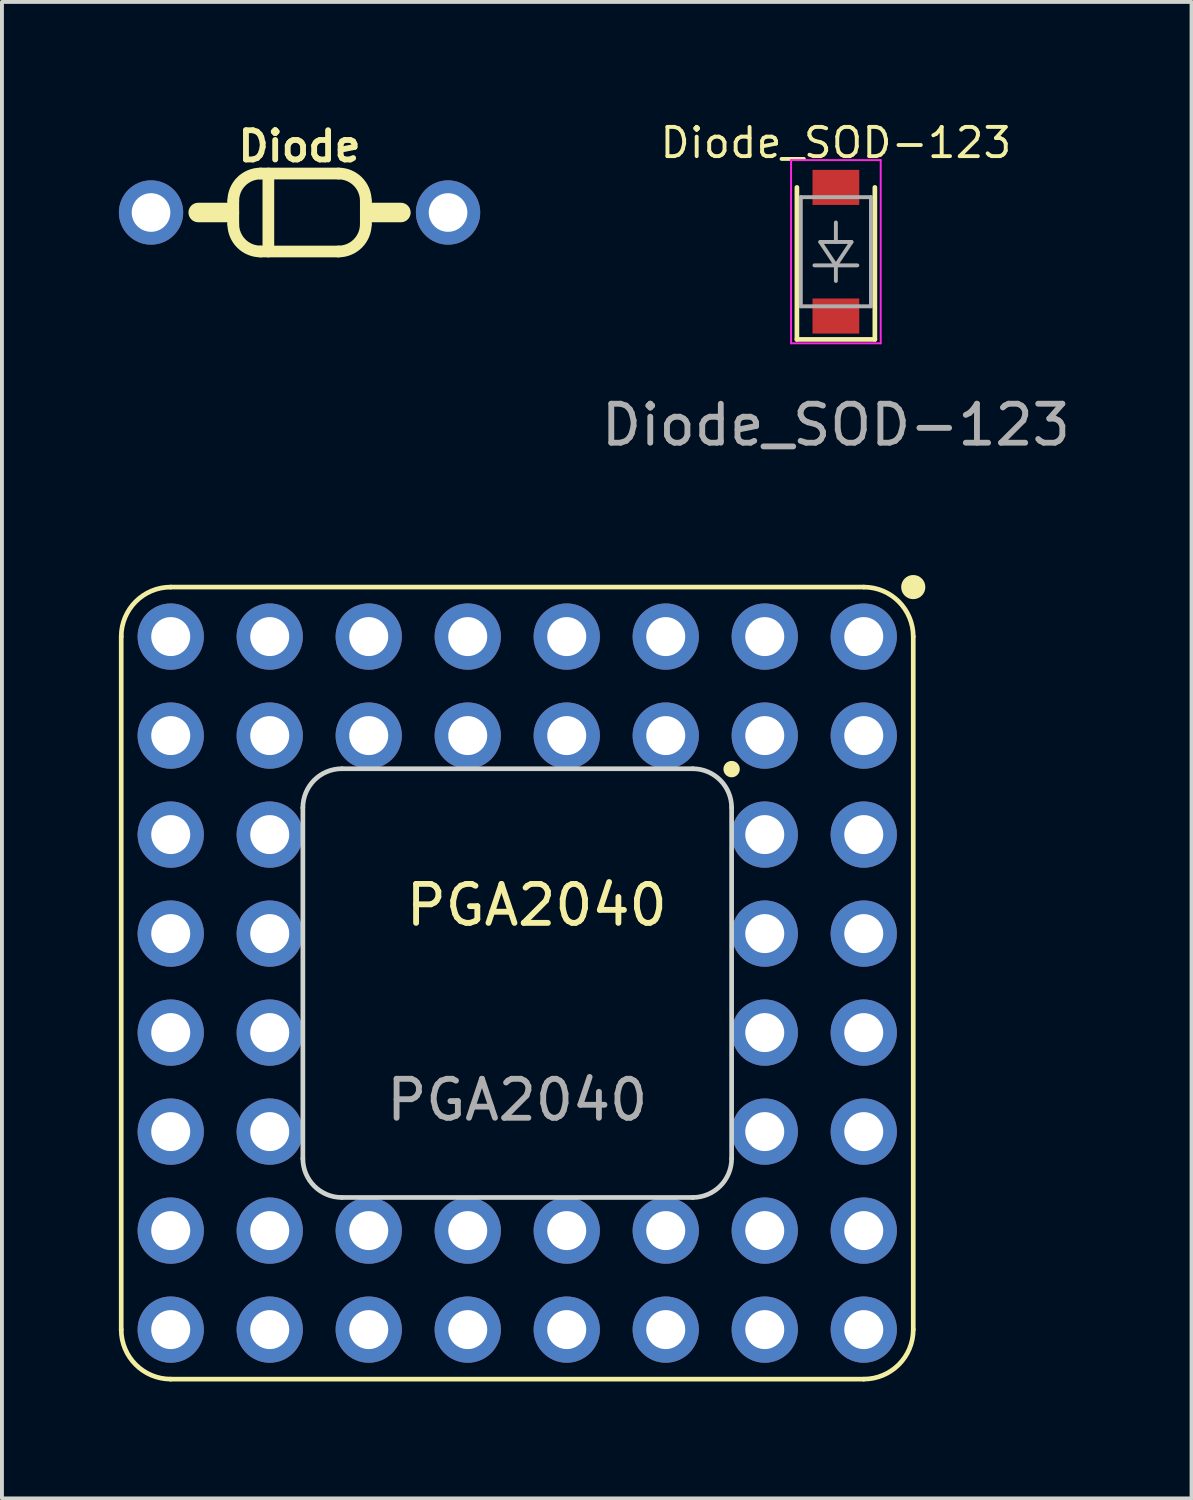
<source format=kicad_pcb>
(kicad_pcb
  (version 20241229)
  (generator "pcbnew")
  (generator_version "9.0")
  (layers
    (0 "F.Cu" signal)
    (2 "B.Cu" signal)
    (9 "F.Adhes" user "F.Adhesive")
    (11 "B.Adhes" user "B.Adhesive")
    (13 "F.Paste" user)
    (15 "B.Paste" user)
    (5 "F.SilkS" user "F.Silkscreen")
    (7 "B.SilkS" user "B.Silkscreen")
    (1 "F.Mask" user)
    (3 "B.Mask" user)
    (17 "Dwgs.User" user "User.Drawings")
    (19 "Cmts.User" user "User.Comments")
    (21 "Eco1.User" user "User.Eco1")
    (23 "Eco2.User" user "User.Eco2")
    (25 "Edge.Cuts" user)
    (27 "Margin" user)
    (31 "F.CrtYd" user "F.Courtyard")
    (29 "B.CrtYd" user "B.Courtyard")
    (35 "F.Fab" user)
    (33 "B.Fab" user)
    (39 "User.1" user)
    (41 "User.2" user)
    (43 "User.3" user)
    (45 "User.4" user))
  (footprint "Diode_SOD-123"
    (layer "F.Cu")
    (at 18.395 3.408)
    (property "Reference" "Diode_SOD-123" (at 0 -2.794 0) (unlocked yes) (layer "F.SilkS") (effects (font (size 0.75 0.75) (thickness 0.1))))
    (attr smd)
    (fp_line (start -1 2.25) (end -1 -1.65) (stroke (width 0.12) (type solid)) (layer "F.SilkS"))
    (fp_line (start -1 2.25) (end 1 2.25) (stroke (width 0.12) (type solid)) (layer "F.SilkS"))
    (fp_line (start 1 2.25) (end 1 -1.65) (stroke (width 0.12) (type solid)) (layer "F.SilkS"))
    (fp_line (start -1.15 -2.35) (end 1.15 -2.35) (stroke (width 0.05) (type solid)) (layer "F.CrtYd"))
    (fp_line (start -1.15 2.35) (end -1.15 -2.35) (stroke (width 0.05) (type solid)) (layer "F.CrtYd"))
    (fp_line (start -1.15 2.35) (end 1.15 2.35) (stroke (width 0.05) (type solid)) (layer "F.CrtYd"))
    (fp_line (start 1.15 -2.35) (end 1.15 2.35) (stroke (width 0.05) (type solid)) (layer "F.CrtYd"))
    (fp_line (start -0.9 -1.4) (end 0.9 -1.4) (stroke (width 0.1) (type solid)) (layer "F.Fab"))
    (fp_line (start -0.9 1.4) (end -0.9 -1.4) (stroke (width 0.1) (type solid)) (layer "F.Fab"))
    (fp_line (start -0.4 -0.25) (end 0.4 -0.25) (stroke (width 0.1) (type solid)) (layer "F.Fab"))
    (fp_line (start 0 -0.25) (end 0 -0.75) (stroke (width 0.1) (type solid)) (layer "F.Fab"))
    (fp_line (start 0 0.35) (end -0.55 0.35) (stroke (width 0.1) (type solid)) (layer "F.Fab"))
    (fp_line (start 0 0.35) (end -0.4 -0.25) (stroke (width 0.1) (type solid)) (layer "F.Fab"))
    (fp_line (start 0 0.35) (end 0.55 0.35) (stroke (width 0.1) (type solid)) (layer "F.Fab"))
    (fp_line (start 0 0.75) (end 0 0.35) (stroke (width 0.1) (type solid)) (layer "F.Fab"))
    (fp_line (start 0.4 -0.25) (end 0 0.35) (stroke (width 0.1) (type solid)) (layer "F.Fab"))
    (fp_line (start 0.9 -1.4) (end 0.9 1.4) (stroke (width 0.1) (type solid)) (layer "F.Fab"))
    (fp_line (start 0.9 1.4) (end -0.9 1.4) (stroke (width 0.1) (type solid)) (layer "F.Fab"))
    (fp_text user "${REFERENCE}" (at 0 4.445 0) (unlocked yes) (layer "F.Fab") (effects (font (size 1 1) (thickness 0.15))))
    (pad "1" smd rect (at 0 1.65 90) (size 0.9 1.2) (layers "F.Cu" "F.Mask" "F.Paste"))
    (pad "2" smd rect (at 0 -1.65 90) (size 0.9 1.2) (layers "F.Cu" "F.Mask" "F.Paste")))
  (footprint "PGA2040"
    (layer "F.Cu")
    (at 10.22 22.172)
    (property "Reference" "PGA2040" (at 0.5 -2 0) (unlocked yes) (layer "F.SilkS") (effects (font (size 1 1) (thickness 0.15))))
    (attr through_hole)
    (fp_line (start -10.16 8.89) (end -10.16 -8.89) (stroke (width 0.12) (type solid)) (layer "F.SilkS"))
    (fp_line (start -8.89 -10.16) (end 8.89 -10.16) (stroke (width 0.12) (type solid)) (layer "F.SilkS"))
    (fp_line (start 8.89 10.16) (end -8.89 10.16) (stroke (width 0.12) (type solid)) (layer "F.SilkS"))
    (fp_line (start 10.16 -8.89) (end 10.16 8.89) (stroke (width 0.12) (type solid)) (layer "F.SilkS"))
    (fp_arc (start -10.16 -8.89) (mid -9.788026 -9.788026) (end -8.89 -10.16) (stroke (width 0.12) (type solid)) (layer "F.SilkS"))
    (fp_arc (start -8.89 10.16) (mid -9.788026 9.788026) (end -10.16 8.89) (stroke (width 0.12) (type solid)) (layer "F.SilkS"))
    (fp_arc (start 8.89 -10.16) (mid 9.788026 -9.788026) (end 10.16 -8.89) (stroke (width 0.12) (type solid)) (layer "F.SilkS"))
    (fp_arc (start 10.16 8.89) (mid 9.788026 9.788026) (end 8.89 10.16) (stroke (width 0.12) (type solid)) (layer "F.SilkS"))
    (fp_circle (center 5.5 -5.49) (end 5.65 -5.49) (stroke (width 0.12) (type solid)) (fill yes) (layer "F.SilkS"))
    (fp_circle (center 10.16 -10.16) (end 10.41 -10.16) (stroke (width 0.12) (type solid)) (fill yes) (layer "F.SilkS"))
    (fp_line (start -5.5 4.5) (end -5.5 -4.5) (stroke (width 0.12) (type solid)) (layer "Edge.Cuts"))
    (fp_line (start -4.5 -5.5) (end 4.5 -5.5) (stroke (width 0.12) (type solid)) (layer "Edge.Cuts"))
    (fp_line (start 4.5 5.5) (end -4.5 5.5) (stroke (width 0.12) (type solid)) (layer "Edge.Cuts"))
    (fp_line (start 5.5 -4.5) (end 5.5 4.5) (stroke (width 0.12) (type solid)) (layer "Edge.Cuts"))
    (fp_arc (start -5.5 -4.5) (mid -5.207107 -5.207107) (end -4.5 -5.5) (stroke (width 0.12) (type solid)) (layer "Edge.Cuts"))
    (fp_arc (start -4.5 5.5) (mid -5.207107 5.207107) (end -5.5 4.5) (stroke (width 0.12) (type solid)) (layer "Edge.Cuts"))
    (fp_arc (start 4.5 -5.5) (mid 5.207107 -5.207107) (end 5.5 -4.5) (stroke (width 0.12) (type solid)) (layer "Edge.Cuts"))
    (fp_arc (start 5.5 4.5) (mid 5.207107 5.207107) (end 4.5 5.5) (stroke (width 0.12) (type solid)) (layer "Edge.Cuts"))
    (fp_text user "${REFERENCE}" (at 0 3 0) (unlocked yes) (layer "F.Fab") (effects (font (size 1 1) (thickness 0.15))))
    (pad "A1" thru_hole circle (at -8.89 -8.89) (size 1.7 1.7) (drill 1) (layers "*.Cu" "*.Mask"))
    (pad "A2" thru_hole circle (at -6.35 -8.89) (size 1.7 1.7) (drill 1) (layers "*.Cu" "*.Mask"))
    (pad "A3" thru_hole circle (at -3.81 -8.89) (size 1.7 1.7) (drill 1) (layers "*.Cu" "*.Mask"))
    (pad "A4" thru_hole circle (at -1.27 -8.89) (size 1.7 1.7) (drill 1) (layers "*.Cu" "*.Mask"))
    (pad "A5" thru_hole circle (at 1.27 -8.89) (size 1.7 1.7) (drill 1) (layers "*.Cu" "*.Mask"))
    (pad "A6" thru_hole circle (at 3.81 -8.89) (size 1.7 1.7) (drill 1) (layers "*.Cu" "*.Mask"))
    (pad "A7" thru_hole circle (at 6.35 -8.89) (size 1.7 1.7) (drill 1) (layers "*.Cu" "*.Mask"))
    (pad "A8" thru_hole circle (at 8.89 -8.89) (size 1.7 1.7) (drill 1) (layers "*.Cu" "*.Mask"))
    (pad "B1" thru_hole circle (at -8.89 -6.35) (size 1.7 1.7) (drill 1) (layers "*.Cu" "*.Mask"))
    (pad "B2" thru_hole circle (at -6.35 -6.35) (size 1.7 1.7) (drill 1) (layers "*.Cu" "*.Mask"))
    (pad "B3" thru_hole circle (at -3.81 -6.35) (size 1.7 1.7) (drill 1) (layers "*.Cu" "*.Mask"))
    (pad "B4" thru_hole circle (at -1.27 -6.35) (size 1.7 1.7) (drill 1) (layers "*.Cu" "*.Mask"))
    (pad "B5" thru_hole circle (at 1.27 -6.35) (size 1.7 1.7) (drill 1) (layers "*.Cu" "*.Mask"))
    (pad "B6" thru_hole circle (at 3.81 -6.35) (size 1.7 1.7) (drill 1) (layers "*.Cu" "*.Mask"))
    (pad "B7" thru_hole circle (at 6.35 -6.35) (size 1.7 1.7) (drill 1) (layers "*.Cu" "*.Mask"))
    (pad "B8" thru_hole circle (at 8.89 -6.35) (size 1.7 1.7) (drill 1) (layers "*.Cu" "*.Mask"))
    (pad "C1" thru_hole circle (at -8.89 -3.81) (size 1.7 1.7) (drill 1) (layers "*.Cu" "*.Mask"))
    (pad "C2" thru_hole circle (at -6.35 -3.81) (size 1.7 1.7) (drill 1) (layers "*.Cu" "*.Mask"))
    (pad "C7" thru_hole circle (at 6.35 -3.81) (size 1.7 1.7) (drill 1) (layers "*.Cu" "*.Mask"))
    (pad "C8" thru_hole circle (at 8.89 -3.81) (size 1.7 1.7) (drill 1) (layers "*.Cu" "*.Mask"))
    (pad "D1" thru_hole circle (at -8.89 -1.27) (size 1.7 1.7) (drill 1) (layers "*.Cu" "*.Mask"))
    (pad "D2" thru_hole circle (at -6.35 -1.27) (size 1.7 1.7) (drill 1) (layers "*.Cu" "*.Mask"))
    (pad "D7" thru_hole circle (at 6.35 -1.27) (size 1.7 1.7) (drill 1) (layers "*.Cu" "*.Mask"))
    (pad "D8" thru_hole circle (at 8.89 -1.27) (size 1.7 1.7) (drill 1) (layers "*.Cu" "*.Mask"))
    (pad "E1" thru_hole circle (at -8.89 1.27) (size 1.7 1.7) (drill 1) (layers "*.Cu" "*.Mask"))
    (pad "E2" thru_hole circle (at -6.35 1.27) (size 1.7 1.7) (drill 1) (layers "*.Cu" "*.Mask"))
    (pad "E7" thru_hole circle (at 6.35 1.27) (size 1.7 1.7) (drill 1) (layers "*.Cu" "*.Mask"))
    (pad "E8" thru_hole circle (at 8.89 1.27) (size 1.7 1.7) (drill 1) (layers "*.Cu" "*.Mask"))
    (pad "F1" thru_hole circle (at -8.89 3.81) (size 1.7 1.7) (drill 1) (layers "*.Cu" "*.Mask"))
    (pad "F2" thru_hole circle (at -6.35 3.81) (size 1.7 1.7) (drill 1) (layers "*.Cu" "*.Mask"))
    (pad "F7" thru_hole circle (at 6.35 3.81) (size 1.7 1.7) (drill 1) (layers "*.Cu" "*.Mask"))
    (pad "F8" thru_hole circle (at 8.89 3.81) (size 1.7 1.7) (drill 1) (layers "*.Cu" "*.Mask"))
    (pad "G1" thru_hole circle (at -8.89 6.35) (size 1.7 1.7) (drill 1) (layers "*.Cu" "*.Mask"))
    (pad "G2" thru_hole circle (at -6.35 6.35) (size 1.7 1.7) (drill 1) (layers "*.Cu" "*.Mask"))
    (pad "G3" thru_hole circle (at -3.81 6.35) (size 1.7 1.7) (drill 1) (layers "*.Cu" "*.Mask"))
    (pad "G4" thru_hole circle (at -1.27 6.35) (size 1.7 1.7) (drill 1) (layers "*.Cu" "*.Mask"))
    (pad "G5" thru_hole circle (at 1.27 6.35) (size 1.7 1.7) (drill 1) (layers "*.Cu" "*.Mask"))
    (pad "G6" thru_hole circle (at 3.81 6.35) (size 1.7 1.7) (drill 1) (layers "*.Cu" "*.Mask"))
    (pad "G7" thru_hole circle (at 6.35 6.35) (size 1.7 1.7) (drill 1) (layers "*.Cu" "*.Mask"))
    (pad "G8" thru_hole circle (at 8.89 6.35) (size 1.7 1.7) (drill 1) (layers "*.Cu" "*.Mask"))
    (pad "H1" thru_hole circle (at -8.89 8.89) (size 1.7 1.7) (drill 1) (layers "*.Cu" "*.Mask"))
    (pad "H2" thru_hole circle (at -6.35 8.89) (size 1.7 1.7) (drill 1) (layers "*.Cu" "*.Mask"))
    (pad "H3" thru_hole circle (at -3.81 8.89) (size 1.7 1.7) (drill 1) (layers "*.Cu" "*.Mask"))
    (pad "H4" thru_hole circle (at -1.27 8.89) (size 1.7 1.7) (drill 1) (layers "*.Cu" "*.Mask"))
    (pad "H5" thru_hole circle (at 1.27 8.89) (size 1.7 1.7) (drill 1) (layers "*.Cu" "*.Mask"))
    (pad "H6" thru_hole circle (at 3.81 8.89) (size 1.7 1.7) (drill 1) (layers "*.Cu" "*.Mask"))
    (pad "H7" thru_hole circle (at 6.35 8.89) (size 1.7 1.7) (drill 1) (layers "*.Cu" "*.Mask"))
    (pad "H8" thru_hole circle (at 8.89 8.89) (size 1.7 1.7) (drill 1) (layers "*.Cu" "*.Mask")))
  (footprint "Diode"
    (layer "F.Cu")
    (at 4.635 2.402)
    (property "Reference" "Diode" (at 0 -1.7 0) (layer "F.SilkS") (effects (font (size 0.75 0.75) (thickness 0.15))))
    (attr through_hole)
    (fp_line (start -2.6 0) (end -1.8 0) (stroke (width 0.5) (type solid)) (layer "F.SilkS"))
    (fp_line (start -1.7 0.3) (end -1.7 -0.3) (stroke (width 0.3) (type solid)) (layer "F.SilkS"))
    (fp_line (start -1 -1) (end 1 -1) (stroke (width 0.3) (type solid)) (layer "F.SilkS"))
    (fp_line (start -0.8 -1) (end -0.8 1) (stroke (width 0.3) (type default)) (layer "F.SilkS"))
    (fp_line (start 1 1) (end -1 1) (stroke (width 0.3) (type solid)) (layer "F.SilkS"))
    (fp_line (start 1.7 -0.3) (end 1.7 0.3) (stroke (width 0.3) (type solid)) (layer "F.SilkS"))
    (fp_line (start 2.6 0) (end 1.8 0) (stroke (width 0.5) (type solid)) (layer "F.SilkS"))
    (fp_arc (start -1.7 -0.3) (mid -1.494975 -0.794975) (end -1 -1) (stroke (width 0.3) (type solid)) (layer "F.SilkS"))
    (fp_arc (start -1 1) (mid -1.494975 0.794975) (end -1.7 0.3) (stroke (width 0.3) (type solid)) (layer "F.SilkS"))
    (fp_arc (start 1 -1) (mid 1.494975 -0.794975) (end 1.7 -0.3) (stroke (width 0.3) (type solid)) (layer "F.SilkS"))
    (fp_arc (start 1.7 0.3) (mid 1.494975 0.794975) (end 1 1) (stroke (width 0.3) (type solid)) (layer "F.SilkS"))
    (pad "1" thru_hole circle (at -3.81 0) (size 1.65 1.65) (drill 0.991) (layers "*.Cu" "*.Mask"))
    (pad "2" thru_hole circle (at 3.81 0) (size 1.65 1.65) (drill 0.991) (layers "*.Cu" "*.Mask")))
  (gr_rect
    (start -3 -3)
    (end 27.52 35.392)
    (stroke (width 0.1) (type default))
    (fill no)
    (layer "Edge.Cuts")))
</source>
